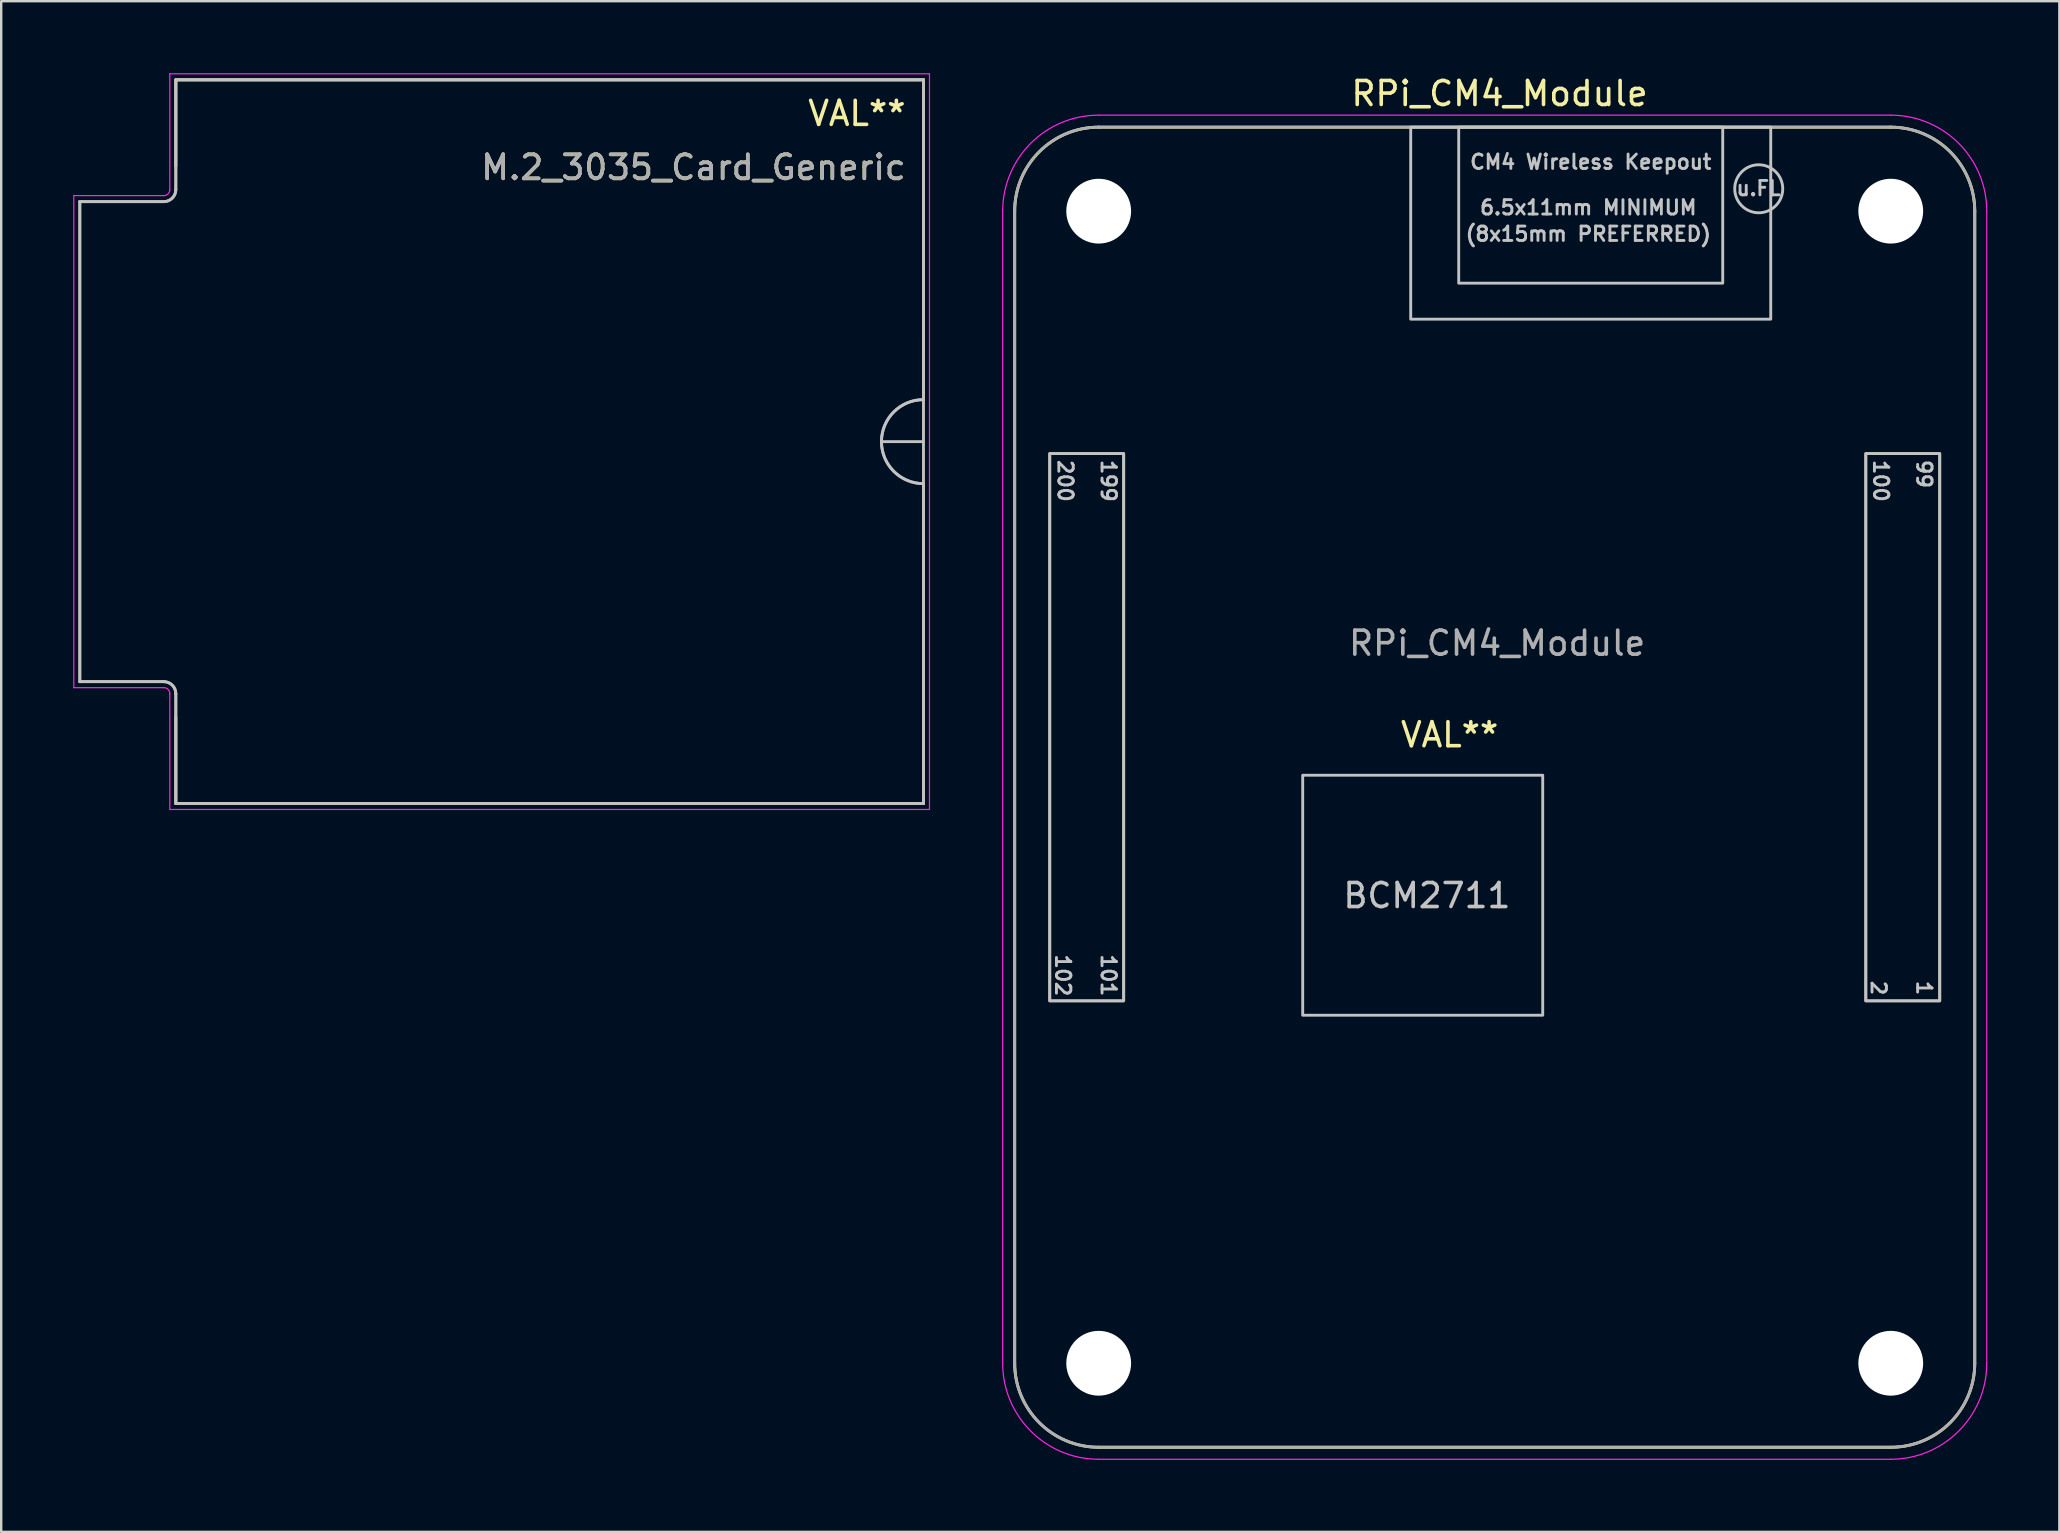
<source format=kicad_pcb>
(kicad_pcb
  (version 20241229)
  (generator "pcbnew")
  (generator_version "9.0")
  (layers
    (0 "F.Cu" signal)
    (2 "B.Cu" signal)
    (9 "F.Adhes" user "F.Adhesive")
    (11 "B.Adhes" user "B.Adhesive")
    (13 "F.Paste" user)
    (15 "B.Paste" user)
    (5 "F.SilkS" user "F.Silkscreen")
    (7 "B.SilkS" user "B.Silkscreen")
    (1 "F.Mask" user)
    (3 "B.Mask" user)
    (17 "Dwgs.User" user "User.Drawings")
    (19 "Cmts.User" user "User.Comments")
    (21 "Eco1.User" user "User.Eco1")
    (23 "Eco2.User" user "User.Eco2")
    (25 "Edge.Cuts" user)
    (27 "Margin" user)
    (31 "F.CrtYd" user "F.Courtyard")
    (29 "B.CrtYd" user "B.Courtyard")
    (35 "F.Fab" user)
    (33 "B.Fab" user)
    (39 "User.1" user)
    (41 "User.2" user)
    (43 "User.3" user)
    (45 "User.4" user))
  (footprint "RPi_CM4_Module"
    (layer "F.Cu")
    (at 59.225 29.748)
    (property "Reference" "RPi_CM4_Module" (at 0.2 -28.9 180) (layer "F.SilkS") (effects (font (size 1 1) (thickness 0.15))))
    (property "Value" "VAL**" (at 0 -3.9 180) (layer "F.Fab") (hide yes) (effects (font (size 1 1) (thickness 0.15))))
    (attr smd)
    (fp_line (start -20 -24) (end -20 24) (stroke (width 0.12) (type solid)) (layer "F.SilkS"))
    (fp_line (start -16.5 27.5) (end 16.5 27.5) (stroke (width 0.12) (type solid)) (layer "F.SilkS"))
    (fp_line (start 16.5 -27.5) (end -16.5 -27.5) (stroke (width 0.12) (type solid)) (layer "F.SilkS"))
    (fp_line (start 20 24) (end 20 -24) (stroke (width 0.12) (type solid)) (layer "F.SilkS"))
    (fp_arc (start -20 -24) (mid -18.974874 -26.474874) (end -16.5 -27.5) (stroke (width 0.12) (type solid)) (layer "F.SilkS"))
    (fp_arc (start -16.5 27.5) (mid -18.974874 26.474874) (end -20 24) (stroke (width 0.12) (type solid)) (layer "F.SilkS"))
    (fp_arc (start 16.5 -27.5) (mid 18.974874 -26.474874) (end 20 -24) (stroke (width 0.12) (type solid)) (layer "F.SilkS"))
    (fp_arc (start 20 24) (mid 18.974874 26.474874) (end 16.5 27.5) (stroke (width 0.12) (type solid)) (layer "F.SilkS"))
    (fp_rect (start -15.46 8.9) (end -18.54 -13.9) (stroke (width 0.12) (type default)) (fill no) (layer "Dwgs.User"))
    (fp_rect (start -8 -0.5) (end 2 9.5) (stroke (width 0.12) (type default)) (fill no) (layer "Dwgs.User"))
    (fp_rect (start -3.5 -27.5) (end 11.5 -19.5) (stroke (width 0.12) (type default)) (fill no) (layer "Dwgs.User"))
    (fp_rect (start 9.5 -21) (end -1.5 -27.5) (stroke (width 0.12) (type default)) (fill no) (layer "Dwgs.User"))
    (fp_rect (start 18.54 8.9) (end 15.46 -13.9) (stroke (width 0.12) (type default)) (fill no) (layer "Dwgs.User"))
    (fp_circle (center 11 -24.933) (end 12 -24.933) (stroke (width 0.12) (type default)) (fill no) (layer "Dwgs.User"))
    (fp_line (start -20.5 24) (end -20.5 -24) (stroke (width 0.05) (type default)) (layer "F.CrtYd"))
    (fp_line (start -16.5 -28) (end 16.5 -28) (stroke (width 0.05) (type default)) (layer "F.CrtYd"))
    (fp_line (start 16.5 28) (end -16.5 28) (stroke (width 0.05) (type default)) (layer "F.CrtYd"))
    (fp_line (start 20.5 -24) (end 20.5 24) (stroke (width 0.05) (type default)) (layer "F.CrtYd"))
    (fp_arc (start -20.5 -24) (mid -19.328427 -26.828427) (end -16.5 -28) (stroke (width 0.05) (type default)) (layer "F.CrtYd"))
    (fp_arc (start -16.5 28) (mid -19.328427 26.828427) (end -20.5 24) (stroke (width 0.05) (type default)) (layer "F.CrtYd"))
    (fp_arc (start 16.5 -28) (mid 19.328427 -26.828427) (end 20.5 -24) (stroke (width 0.05) (type default)) (layer "F.CrtYd"))
    (fp_arc (start 20.5 24) (mid 19.328427 26.828427) (end 16.5 28) (stroke (width 0.05) (type default)) (layer "F.CrtYd"))
    (fp_line (start -20 -24) (end -20 24) (stroke (width 0.12) (type solid)) (layer "F.Fab"))
    (fp_line (start -16.5 27.5) (end 16.5 27.5) (stroke (width 0.12) (type solid)) (layer "F.Fab"))
    (fp_line (start 16.5 -27.5) (end -16.5 -27.5) (stroke (width 0.12) (type solid)) (layer "F.Fab"))
    (fp_line (start 20 24) (end 20 -24) (stroke (width 0.12) (type solid)) (layer "F.Fab"))
    (fp_rect (start -15.46 8.9) (end -18.54 -13.9) (stroke (width 0.12) (type default)) (fill no) (layer "F.Fab"))
    (fp_rect (start 18.54 8.9) (end 15.46 -13.9) (stroke (width 0.12) (type default)) (fill no) (layer "F.Fab"))
    (fp_arc (start -20 -24) (mid -18.974873 -26.474873) (end -16.5 -27.5) (stroke (width 0.12) (type solid)) (layer "F.Fab"))
    (fp_arc (start -16.5 27.5) (mid -18.974873 26.474873) (end -20 24) (stroke (width 0.12) (type solid)) (layer "F.Fab"))
    (fp_arc (start 16.5 -27.5) (mid 18.974874 -26.474874) (end 20 -24) (stroke (width 0.12) (type solid)) (layer "F.Fab"))
    (fp_arc (start 20 24) (mid 18.974874 26.474874) (end 16.5 27.5) (stroke (width 0.12) (type solid)) (layer "F.Fab"))
    (fp_text user "${VALUE}" (at -4 -1.6 0) (unlocked yes) (layer "F.SilkS") (effects (font (size 1 1) (thickness 0.15)) (justify left bottom)))
    (fp_text user "101" (at -16.44 6.9 270) (unlocked yes) (layer "Dwgs.User") (effects (font (size 0.6 0.6) (thickness 0.12) (bold yes)) (justify left bottom)))
    (fp_text user "99" (at 17.54 -13.7 270) (unlocked yes) (layer "Dwgs.User") (effects (font (size 0.6 0.6) (thickness 0.12) (bold yes)) (justify left bottom)))
    (fp_text user "100" (at 15.74 -13.7 270) (unlocked yes) (layer "Dwgs.User") (effects (font (size 0.6 0.6) (thickness 0.12) (bold yes)) (justify left bottom)))
    (fp_text user "102" (at -18.34 6.9 270) (unlocked yes) (layer "Dwgs.User") (effects (font (size 0.6 0.6) (thickness 0.12) (bold yes)) (justify left bottom)))
    (fp_text user "u.FL" (at 10 -24.6 0) (unlocked yes) (layer "Dwgs.User") (effects (font (size 0.6 0.6) (thickness 0.12) (bold yes)) (justify left bottom)))
    (fp_text user "2" (at 15.64 8 270) (unlocked yes) (layer "Dwgs.User") (effects (font (size 0.6 0.6) (thickness 0.12) (bold yes)) (justify left bottom)))
    (fp_text user "CM4 Wireless Keepout" (at 4 -25.7 0) (unlocked yes) (layer "Dwgs.User") (effects (font (size 0.6 0.6) (thickness 0.12) (bold yes)) (justify bottom)))
    (fp_text user "199" (at -16.44 -13.7 270) (unlocked yes) (layer "Dwgs.User") (effects (font (size 0.6 0.6) (thickness 0.12) (bold yes)) (justify left bottom)))
    (fp_text user "6.5x11mm MINIMUM" (at 3.9 -23.8 0) (unlocked yes) (layer "Dwgs.User") (effects (font (size 0.6 0.6) (thickness 0.12) (bold yes)) (justify bottom)))
    (fp_text user "(8x15mm PREFERRED)" (at 3.9 -22.7 0) (unlocked yes) (layer "Dwgs.User") (effects (font (size 0.6 0.6) (thickness 0.12) (bold yes)) (justify bottom)))
    (fp_text user "1" (at 17.54 8 270) (unlocked yes) (layer "Dwgs.User") (effects (font (size 0.6 0.6) (thickness 0.12) (bold yes)) (justify left bottom)))
    (fp_text user "200" (at -18.24 -13.7 270) (unlocked yes) (layer "Dwgs.User") (effects (font (size 0.6 0.6) (thickness 0.12) (bold yes)) (justify left bottom)))
    (fp_text user "BCM2711" (at -6.4 5.1 0) (unlocked yes) (layer "Dwgs.User") (effects (font (size 1 1) (thickness 0.15)) (justify left bottom)))
    (fp_text user "${REFERENCE}" (at 0.1 -6 0) (layer "F.Fab") (effects (font (size 1 1) (thickness 0.15))))
    (pad "" np_thru_hole circle (at -16.5 -24 180) (size 2.7 2.7) (drill 2.7) (layers "*.Cu" "*.Mask"))
    (pad "" np_thru_hole circle (at -16.5 24 180) (size 2.7 2.7) (drill 2.7) (layers "*.Cu" "*.Mask"))
    (pad "" np_thru_hole circle (at 16.5 -24 180) (size 2.7 2.7) (drill 2.7) (layers "*.Cu" "*.Mask"))
    (pad "" np_thru_hole circle (at 16.5 24 180) (size 2.7 2.7) (drill 2.7) (layers "*.Cu" "*.Mask")))
  (footprint "M.2_3035_Card_Generic"
    (layer "F.Cu")
    (at 17.85 15.35)
    (property "Reference" "M.2_3035_Card_Generic" (at 16.925 -11.425 0) (unlocked yes) (layer "F.SilkS") (effects (font (size 1 1) (thickness 0.15)) (justify right)))
    (property "Value" "VAL**" (at 16.925 -13.675 0) (unlocked yes) (layer "F.Fab") (hide yes) (effects (font (size 1 1) (thickness 0.15)) (justify right)))
    (fp_line (start -13.575 -15.075) (end 17.575 -15.075) (stroke (width 0.12) (type default)) (layer "F.SilkS"))
    (fp_line (start -13.575 -11.475) (end -13.575 -15.075) (stroke (width 0.12) (type default)) (layer "F.SilkS"))
    (fp_line (start -13.575 15.075) (end -13.575 11.475) (stroke (width 0.12) (type default)) (layer "F.SilkS"))
    (fp_line (start -13.575 15.075) (end 17.575 15.075) (stroke (width 0.12) (type default)) (layer "F.SilkS"))
    (fp_line (start 17.575 -15.075) (end 17.575 -4) (stroke (width 0.12) (type default)) (layer "F.SilkS"))
    (fp_line (start 17.575 15.075) (end 17.575 4) (stroke (width 0.12) (type default)) (layer "F.SilkS"))
    (fp_line (start -17.575 -10) (end -17.575 10) (stroke (width 0.12) (type default)) (layer "Dwgs.User"))
    (fp_line (start -17.575 -10) (end -14.075 -10) (stroke (width 0.12) (type default)) (layer "Dwgs.User"))
    (fp_line (start -17.575 10) (end -14.075 10) (stroke (width 0.12) (type default)) (layer "Dwgs.User"))
    (fp_line (start -13.575 -15.075) (end 17.575 -15.075) (stroke (width 0.12) (type default)) (layer "Dwgs.User"))
    (fp_line (start -13.575 -10.5) (end -13.575 -15.075) (stroke (width 0.12) (type default)) (layer "Dwgs.User"))
    (fp_line (start -13.575 10.5) (end -13.575 15.075) (stroke (width 0.12) (type default)) (layer "Dwgs.User"))
    (fp_line (start -13.575 15.075) (end 17.575 15.075) (stroke (width 0.12) (type default)) (layer "Dwgs.User"))
    (fp_line (start 15.825 0) (end 17.575 0) (stroke (width 0.12) (type default)) (layer "Dwgs.User"))
    (fp_line (start 17.575 -15.075) (end 17.575 15.075) (stroke (width 0.12) (type default)) (layer "Dwgs.User"))
    (fp_arc (start -14.075 10) (mid -13.721447 10.146447) (end -13.575 10.5) (stroke (width 0.12) (type default)) (layer "Dwgs.User"))
    (fp_arc (start -13.575 -10.5) (mid -13.721447 -10.146447) (end -14.075 -10) (stroke (width 0.12) (type default)) (layer "Dwgs.User"))
    (fp_arc (start 17.575 1.75) (mid 15.825 0) (end 17.575 -1.75) (stroke (width 0.12) (type default)) (layer "Dwgs.User"))
    (fp_line (start -17.825 -10.25) (end -17.825 10.25) (stroke (width 0.05) (type default)) (layer "F.CrtYd"))
    (fp_line (start -14.075 -10.25) (end -17.825 -10.25) (stroke (width 0.05) (type default)) (layer "F.CrtYd"))
    (fp_line (start -14.075 10.25) (end -17.825 10.25) (stroke (width 0.05) (type default)) (layer "F.CrtYd"))
    (fp_line (start -13.825 -15.325) (end -13.825 -10.5) (stroke (width 0.05) (type default)) (layer "F.CrtYd"))
    (fp_line (start -13.825 15.325) (end -13.825 10.5) (stroke (width 0.05) (type default)) (layer "F.CrtYd"))
    (fp_line (start 17.825 -15.325) (end -13.825 -15.325) (stroke (width 0.05) (type default)) (layer "F.CrtYd"))
    (fp_line (start 17.825 -15.325) (end 17.825 15.325) (stroke (width 0.05) (type default)) (layer "F.CrtYd"))
    (fp_line (start 17.825 15.325) (end -13.825 15.325) (stroke (width 0.05) (type default)) (layer "F.CrtYd"))
    (fp_arc (start -14.075 10.25) (mid -13.898223 10.323223) (end -13.825 10.5) (stroke (width 0.05) (type default)) (layer "F.CrtYd"))
    (fp_arc (start -13.825 -10.5) (mid -13.898223 -10.323223) (end -14.075 -10.25) (stroke (width 0.05) (type default)) (layer "F.CrtYd"))
    (fp_line (start -17.575 -10) (end -17.575 10) (stroke (width 0.12) (type default)) (layer "F.Fab"))
    (fp_line (start -17.575 -10) (end -14.075 -10) (stroke (width 0.12) (type default)) (layer "F.Fab"))
    (fp_line (start -17.575 10) (end -14.075 10) (stroke (width 0.12) (type default)) (layer "F.Fab"))
    (fp_line (start -13.575 -15.075) (end 17.575 -15.075) (stroke (width 0.12) (type default)) (layer "F.Fab"))
    (fp_line (start -13.575 -10.5) (end -13.575 -15.075) (stroke (width 0.12) (type default)) (layer "F.Fab"))
    (fp_line (start -13.575 10.5) (end -13.575 15.075) (stroke (width 0.12) (type default)) (layer "F.Fab"))
    (fp_line (start -13.575 15.075) (end 17.575 15.075) (stroke (width 0.12) (type default)) (layer "F.Fab"))
    (fp_line (start 17.575 -15.075) (end 17.575 -1.75) (stroke (width 0.12) (type default)) (layer "F.Fab"))
    (fp_line (start 17.575 15.075) (end 17.575 1.75) (stroke (width 0.12) (type default)) (layer "F.Fab"))
    (fp_arc (start -14.075 10) (mid -13.721447 10.146447) (end -13.575 10.5) (stroke (width 0.12) (type default)) (layer "F.Fab"))
    (fp_arc (start -13.575 -10.5) (mid -13.721447 -10.146447) (end -14.075 -10) (stroke (width 0.12) (type default)) (layer "F.Fab"))
    (fp_arc (start 17.575 1.75) (mid 15.825 0) (end 17.575 -1.75) (stroke (width 0.12) (type default)) (layer "F.Fab"))
    (fp_text user "${VALUE}" (at 16.925 -13.675 0) (unlocked yes) (layer "F.SilkS") (effects (font (size 1 1) (thickness 0.15)) (justify right)))
    (fp_text user "${REFERENCE}" (at 16.925 -11.425 0) (unlocked yes) (layer "F.Fab") (effects (font (size 1 1) (thickness 0.15)) (justify right))))
  (gr_rect
    (start -3 -3)
    (end 82.75 60.773)
    (stroke (width 0.1) (type default))
    (fill no)
    (layer "Edge.Cuts")))
</source>
